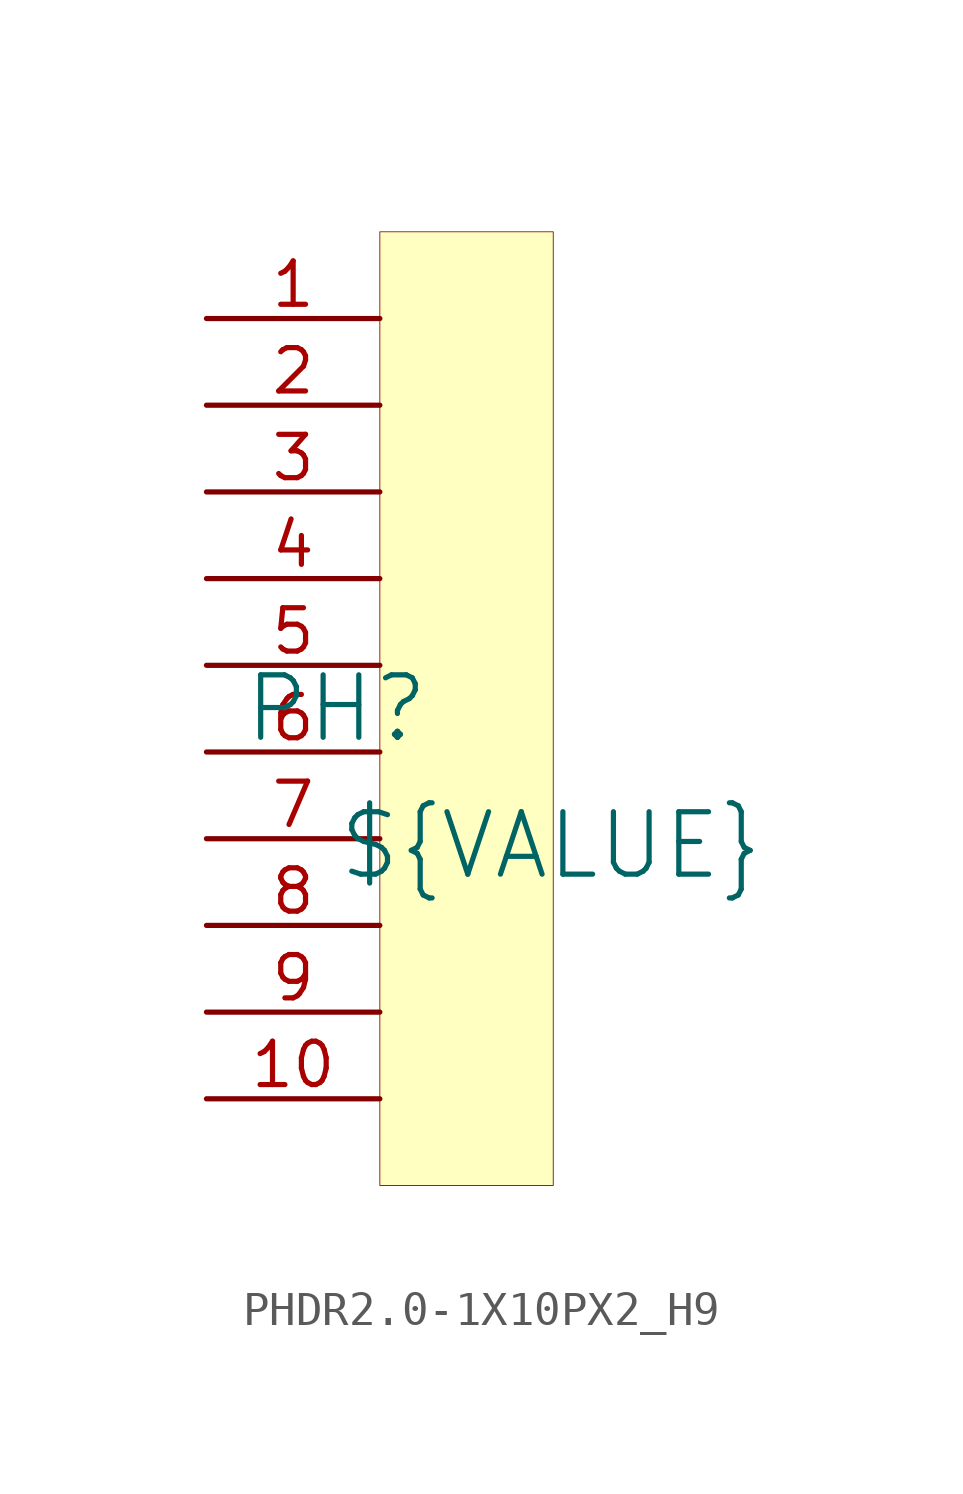
<source format=kicad_sym>
(kicad_symbol_lib
  (version 20241209)
  (generator "kicad_symbol_editor")
  (generator_version "9.0")
  (symbol "PHDR2.0-1X10PX2_H9"
    (pin_names
      (hide yes))
    (property "Reference" "PH"
      (at -1.27 1.27 0)
      (effects (font (size 1.829 1.829))))
    (property "Value" "${VALUE}"
      (at -1.27 -3.81 0)
      (effects (font (size 1.829 1.829)) (justify left bottom)))
    (symbol "PHDR2.0-1X10PX2_H9_1_0"
      (rectangle (start 5.08 15.24) (end 0 -12.7) (stroke (width 0.025) (type solid) (color 128 0 0 1)) (fill (type background)))
      (pin passive line (at -5.08 12.7 0) (length 5.08) (name "1" (effects (font (size 1.27 1.27)))) (number "1" (effects (font (size 1.27 1.27)))))
      (pin passive line (at -5.08 10.16 0) (length 5.08) (name "2" (effects (font (size 1.27 1.27)))) (number "2" (effects (font (size 1.27 1.27)))))
      (pin passive line (at -5.08 7.62 0) (length 5.08) (name "3" (effects (font (size 1.27 1.27)))) (number "3" (effects (font (size 1.27 1.27)))))
      (pin passive line (at -5.08 5.08 0) (length 5.08) (name "4" (effects (font (size 1.27 1.27)))) (number "4" (effects (font (size 1.27 1.27)))))
      (pin passive line (at -5.08 2.54 0) (length 5.08) (name "5" (effects (font (size 1.27 1.27)))) (number "5" (effects (font (size 1.27 1.27)))))
      (pin passive line (at -5.08 0 0) (length 5.08) (name "6" (effects (font (size 1.27 1.27)))) (number "6" (effects (font (size 1.27 1.27)))))
      (pin passive line (at -5.08 -2.54 0) (length 5.08) (name "7" (effects (font (size 1.27 1.27)))) (number "7" (effects (font (size 1.27 1.27)))))
      (pin passive line (at -5.08 -5.08 0) (length 5.08) (name "8" (effects (font (size 1.27 1.27)))) (number "8" (effects (font (size 1.27 1.27)))))
      (pin passive line (at -5.08 -7.62 0) (length 5.08) (name "9" (effects (font (size 1.27 1.27)))) (number "9" (effects (font (size 1.27 1.27)))))
      (pin passive line (at -5.08 -10.16 0) (length 5.08) (name "10" (effects (font (size 1.27 1.27)))) (number "10" (effects (font (size 1.27 1.27))))))))
</source>
